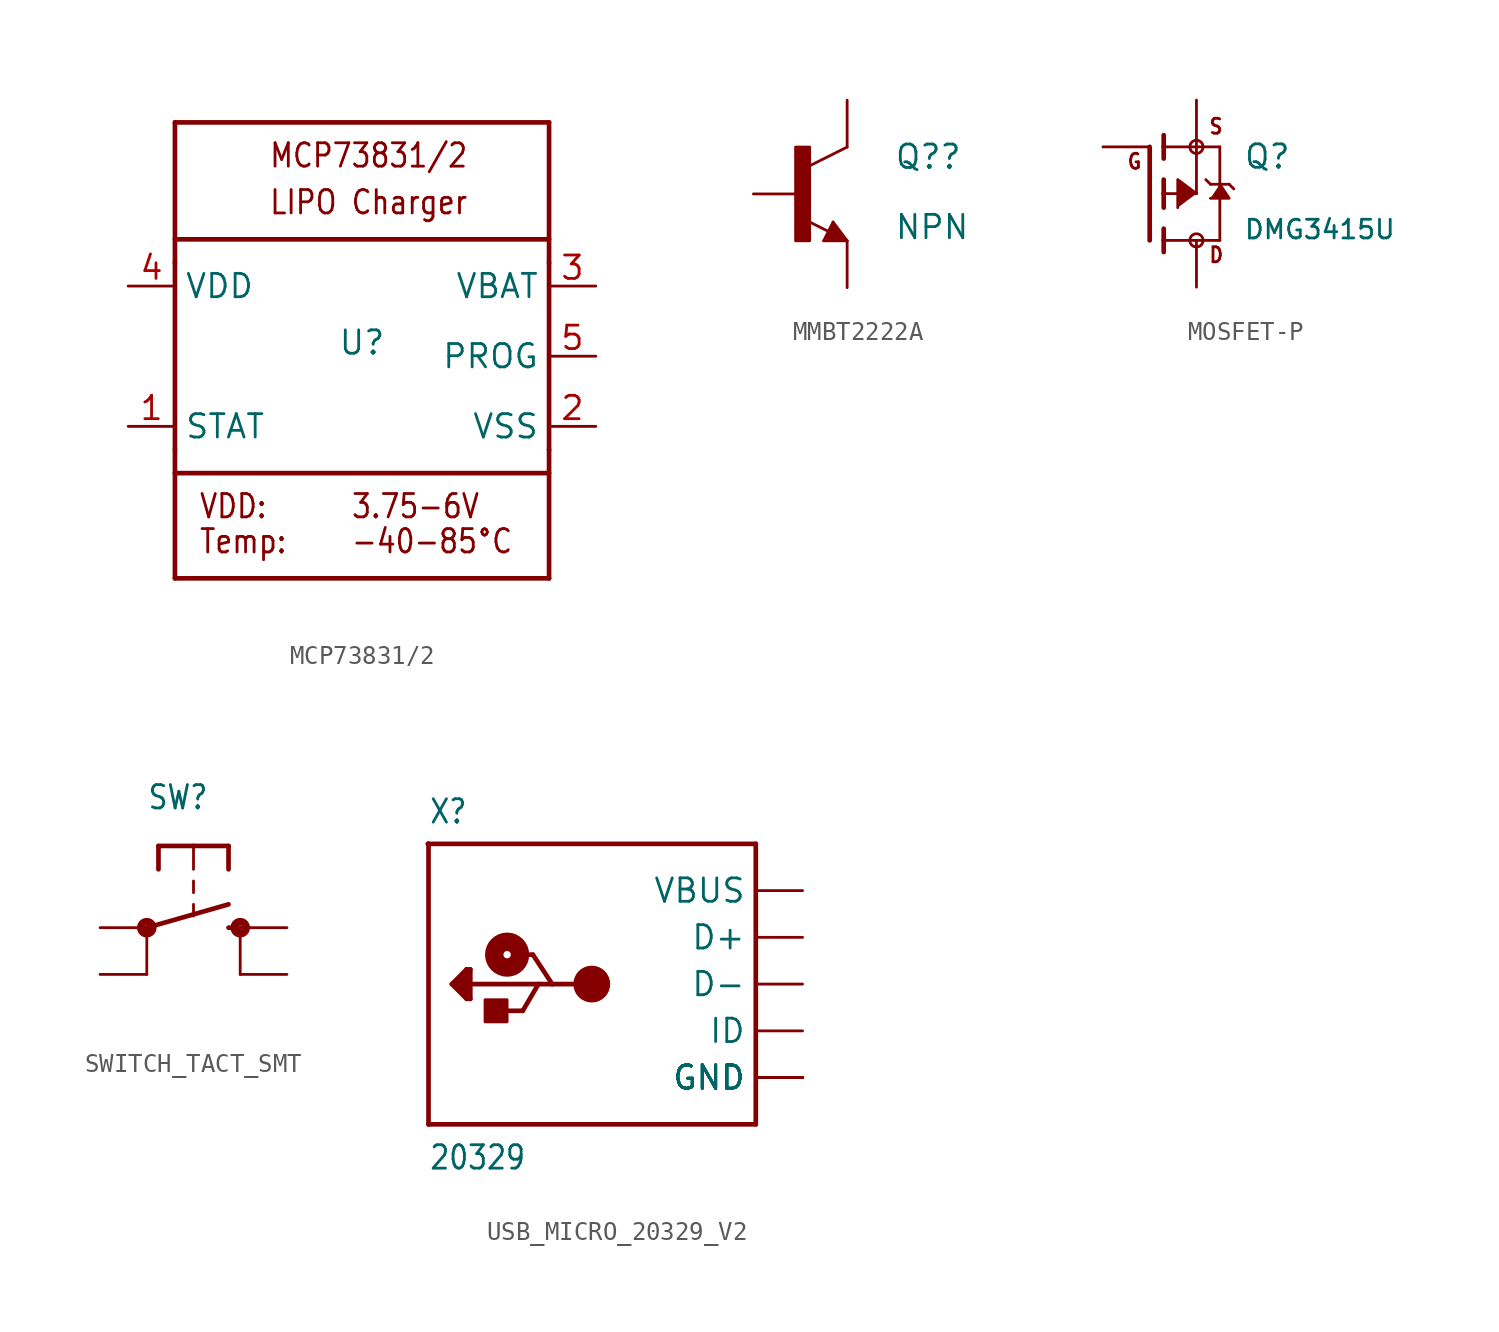
<source format=kicad_sym>
(kicad_symbol_lib
  (version 20220914)
  (generator kicad_symbol_editor)
  (symbol "MCP73831/2"
    (property "Reference" "U"
      (at 0 0 0)
      (effects (font (size 1.27 1.27)) (justify bottom)))
    (property "Value" ""
      (at -10.16 -12.7 0)
      (effects (font (size 1.27 1.079)) (justify left bottom)))
    (symbol "MCP73831/2_1_0"
      (polyline (pts (xy -10.16 -5.08) (xy -10.16 -12.065)) (stroke (width 0.254) (type solid)) (fill (type none)))
      (polyline (pts (xy -10.16 -5.08) (xy -10.16 5.08)) (stroke (width 0.254) (type solid)) (fill (type none)))
      (polyline (pts (xy -10.16 6.35) (xy 10.16 6.35)) (stroke (width 0.254) (type solid)) (fill (type none)))
      (polyline (pts (xy -10.16 12.7) (xy -10.16 5.08)) (stroke (width 0.254) (type solid)) (fill (type none)))
      (polyline (pts (xy -10.16 12.7) (xy 10.16 12.7)) (stroke (width 0.254) (type solid)) (fill (type none)))
      (polyline (pts (xy 10.16 -12.065) (xy -10.16 -12.065)) (stroke (width 0.254) (type solid)) (fill (type none)))
      (polyline (pts (xy 10.16 -6.35) (xy -10.16 -6.35)) (stroke (width 0.254) (type solid)) (fill (type none)))
      (polyline (pts (xy 10.16 -5.08) (xy 10.16 -12.065)) (stroke (width 0.254) (type solid)) (fill (type none)))
      (polyline (pts (xy 10.16 5.08) (xy 10.16 -5.08)) (stroke (width 0.254) (type solid)) (fill (type none)))
      (polyline (pts (xy 10.16 12.7) (xy 10.16 5.08)) (stroke (width 0.254) (type solid)) (fill (type none)))
      (text "-40-85°C" (at -0.635 -10.795 0) (effects (font (size 1.27 1.079)) (justify left bottom)))
      (text "3.75-6V" (at -0.635 -8.89 0) (effects (font (size 1.27 1.079)) (justify left bottom)))
      (text "LIPO Charger" (at -5.08 7.62 0) (effects (font (size 1.27 1.079)) (justify left bottom)))
      (text "MCP73831/2" (at -5.08 10.16 0) (effects (font (size 1.27 1.079)) (justify left bottom)))
      (text "Temp:" (at -8.89 -10.795 0) (effects (font (size 1.27 1.079)) (justify left bottom)))
      (text "VDD:" (at -8.89 -8.89 0) (effects (font (size 1.27 1.079)) (justify left bottom)))
      (pin output line (at -12.7 -3.81 0) (length 2.54) (name "STAT" (effects (font (size 1.27 1.27)))) (number "1" (effects (font (size 1.27 1.27)))))
      (pin power_in line (at 12.7 -3.81 180) (length 2.54) (name "VSS" (effects (font (size 1.27 1.27)))) (number "2" (effects (font (size 1.27 1.27)))))
      (pin power_in line (at 12.7 3.81 180) (length 2.54) (name "VBAT" (effects (font (size 1.27 1.27)))) (number "3" (effects (font (size 1.27 1.27)))))
      (pin power_in line (at -12.7 3.81 0) (length 2.54) (name "VDD" (effects (font (size 1.27 1.27)))) (number "4" (effects (font (size 1.27 1.27)))))
      (pin input line (at 12.7 0 180) (length 2.54) (name "PROG" (effects (font (size 1.27 1.27)))) (number "5" (effects (font (size 1.27 1.27)))))))
  (symbol "MMBT2222A"
    (property "Reference" "Q?"
      (at 5.08 1.27 0)
      (effects (font (size 1.27 1.27)) (justify left bottom)))
    (property "Value" "NPN"
      (at 5.08 -2.54 0)
      (effects (font (size 1.27 1.27)) (justify left bottom)))
    (symbol "MMBT2222A_1_0"
      (rectangle (start -0.254 -2.54) (end 0.508 2.54) (stroke (width 0) (type default)) (fill (type outline)))
      (polyline (pts (xy 1.27 -2.54) (xy 1.778 -1.524)) (stroke (width 0.152) (type solid)) (fill (type none)))
      (polyline (pts (xy 1.524 -2.413) (xy 2.286 -2.413)) (stroke (width 0.254) (type solid)) (fill (type none)))
      (polyline (pts (xy 1.524 -2.286) (xy 1.905 -2.286)) (stroke (width 0.254) (type solid)) (fill (type none)))
      (polyline (pts (xy 1.54 -2.04) (xy 0.308 -1.424)) (stroke (width 0.152) (type solid)) (fill (type none)))
      (polyline (pts (xy 1.778 -1.778) (xy 1.524 -2.286)) (stroke (width 0.254) (type solid)) (fill (type none)))
      (polyline (pts (xy 1.778 -1.524) (xy 2.54 -2.54)) (stroke (width 0.152) (type solid)) (fill (type none)))
      (polyline (pts (xy 1.905 -2.286) (xy 1.778 -2.032)) (stroke (width 0.254) (type solid)) (fill (type none)))
      (polyline (pts (xy 2.286 -2.413) (xy 1.778 -1.778)) (stroke (width 0.254) (type solid)) (fill (type none)))
      (polyline (pts (xy 2.54 -2.54) (xy 1.27 -2.54)) (stroke (width 0.152) (type solid)) (fill (type none)))
      (polyline (pts (xy 2.54 2.54) (xy 0.508 1.524)) (stroke (width 0.152) (type solid)) (fill (type none)))
      (pin passive line (at -2.54 0 0) (length 2.54) (name "B" (effects (font (size 0 0)))) (number "1" (effects (font (size 0 0)))))
      (pin passive line (at 2.54 -5.08 90) (length 2.54) (name "E" (effects (font (size 0 0)))) (number "2" (effects (font (size 0 0)))))
      (pin passive line (at 2.54 5.08 270) (length 2.54) (name "C" (effects (font (size 0 0)))) (number "3" (effects (font (size 0 0)))))))
  (symbol "MOSFET-P"
    (property "Reference" "Q"
      (at 2.54 1.27 0)
      (effects (font (size 1.27 1.27)) (justify left bottom)))
    (property "Value" "DMG3415U"
      (at 2.54 -2.54 0)
      (effects (font (size 1.016 1.016)) (justify left bottom)))
    (symbol "MOSFET-P_1_0"
      (circle (center 0 -2.54) (radius 0.359) (stroke (width 0) (type solid)) (fill (type none)))
      (polyline (pts (xy -2.54 -2.54) (xy -2.54 2.54)) (stroke (width 0.254) (type solid)) (fill (type none)))
      (polyline (pts (xy -1.778 -3.175) (xy -1.778 -2.54)) (stroke (width 0.254) (type solid)) (fill (type none)))
      (polyline (pts (xy -1.778 -2.54) (xy -1.778 -1.905)) (stroke (width 0.254) (type solid)) (fill (type none)))
      (polyline (pts (xy -1.778 -2.54) (xy 1.27 -2.54)) (stroke (width 0.152) (type solid)) (fill (type none)))
      (polyline (pts (xy -1.778 -0.762) (xy -1.778 0)) (stroke (width 0.254) (type solid)) (fill (type none)))
      (polyline (pts (xy -1.778 0) (xy -1.778 0.762)) (stroke (width 0.254) (type solid)) (fill (type none)))
      (polyline (pts (xy -1.778 0) (xy 0 0)) (stroke (width 0.152) (type solid)) (fill (type none)))
      (polyline (pts (xy -1.778 1.905) (xy -1.778 2.54)) (stroke (width 0.254) (type solid)) (fill (type none)))
      (polyline (pts (xy -1.778 2.54) (xy -1.778 3.175)) (stroke (width 0.254) (type solid)) (fill (type none)))
      (polyline (pts (xy 0 0) (xy 0 2.54)) (stroke (width 0.152) (type solid)) (fill (type none)))
      (polyline (pts (xy 0 2.54) (xy -1.778 2.54)) (stroke (width 0.152) (type solid)) (fill (type none)))
      (polyline (pts (xy 0 2.54) (xy 1.27 2.54)) (stroke (width 0.152) (type solid)) (fill (type none)))
      (polyline (pts (xy 0.508 0.762) (xy 0.762 0.508)) (stroke (width 0.152) (type solid)) (fill (type none)))
      (polyline (pts (xy 0.762 0.508) (xy 1.27 0.508)) (stroke (width 0.152) (type solid)) (fill (type none)))
      (polyline (pts (xy 1.27 -2.54) (xy 1.27 0.508)) (stroke (width 0.152) (type solid)) (fill (type none)))
      (polyline (pts (xy 1.27 0.508) (xy 1.27 2.54)) (stroke (width 0.152) (type solid)) (fill (type none)))
      (polyline (pts (xy 1.27 0.508) (xy 1.778 0.508)) (stroke (width 0.152) (type solid)) (fill (type none)))
      (polyline (pts (xy 1.778 0.508) (xy 2.032 0.254)) (stroke (width 0.152) (type solid)) (fill (type none)))
      (polyline (pts (xy 0 0) (xy -1.016 0.762) (xy -1.016 -0.762)) (stroke (width 0.152) (type solid)) (fill (type outline)))
      (polyline (pts (xy 1.27 0.508) (xy 1.778 -0.254) (xy 0.762 -0.254)) (stroke (width 0.152) (type solid)) (fill (type outline)))
      (circle (center 0 2.54) (radius 0.359) (stroke (width 0) (type solid)) (fill (type none)))
      (text "D" (at 0.635 -3.81 0) (effects (font (size 0.813 0.691)) (justify left bottom)))
      (text "G" (at -3.81 1.27 0) (effects (font (size 0.813 0.691)) (justify left bottom)))
      (text "S" (at 0.635 3.175 0) (effects (font (size 0.813 0.691)) (justify left bottom)))
      (pin passive line (at -5.08 2.54 0) (length 2.54) (name "G" (effects (font (size 0 0)))) (number "1" (effects (font (size 0 0)))))
      (pin passive line (at 0 5.08 270) (length 2.54) (name "S" (effects (font (size 0 0)))) (number "2" (effects (font (size 0 0)))))
      (pin passive line (at 0 -5.08 90) (length 2.54) (name "D" (effects (font (size 0 0)))) (number "3" (effects (font (size 0 0)))))))
  (symbol "SWITCH_TACT_SMT"
    (property "Reference" "SW"
      (at -2.54 6.35 0)
      (effects (font (size 1.27 1.079)) (justify left bottom)))
    (property "Value" ""
      (at -2.54 -5.08 0)
      (effects (font (size 1.27 1.079)) (justify left bottom)))
    (symbol "SWITCH_TACT_SMT_1_0"
      (circle (center -2.54 0) (radius 0.127) (stroke (width 0.406) (type solid)) (fill (type none)))
      (polyline (pts (xy -2.54 -2.54) (xy -2.54 0)) (stroke (width 0.152) (type solid)) (fill (type none)))
      (polyline (pts (xy -2.54 0) (xy 1.905 1.27)) (stroke (width 0.254) (type solid)) (fill (type none)))
      (polyline (pts (xy -1.905 4.445) (xy -1.905 3.175)) (stroke (width 0.254) (type solid)) (fill (type none)))
      (polyline (pts (xy 0 1.27) (xy 0 0.635)) (stroke (width 0.152) (type solid)) (fill (type none)))
      (polyline (pts (xy 0 2.54) (xy 0 1.905)) (stroke (width 0.152) (type solid)) (fill (type none)))
      (polyline (pts (xy 0 4.445) (xy -1.905 4.445)) (stroke (width 0.254) (type solid)) (fill (type none)))
      (polyline (pts (xy 0 4.445) (xy 0 3.175)) (stroke (width 0.152) (type solid)) (fill (type none)))
      (polyline (pts (xy 1.905 0) (xy 2.54 0)) (stroke (width 0.254) (type solid)) (fill (type none)))
      (polyline (pts (xy 1.905 4.445) (xy 0 4.445)) (stroke (width 0.254) (type solid)) (fill (type none)))
      (polyline (pts (xy 1.905 4.445) (xy 1.905 3.175)) (stroke (width 0.254) (type solid)) (fill (type none)))
      (polyline (pts (xy 2.54 -2.54) (xy 2.54 0)) (stroke (width 0.152) (type solid)) (fill (type none)))
      (circle (center 2.54 0) (radius 0.127) (stroke (width 0.406) (type solid)) (fill (type none)))
      (pin passive line (at -5.08 0 0) (length 2.54) (name "P" (effects (font (size 0 0)))) (number "1" (effects (font (size 0 0)))))
      (pin passive line (at -5.08 -2.54 0) (length 2.54) (name "P1" (effects (font (size 0 0)))) (number "1" (effects (font (size 0 0)))))
      (pin passive line (at 5.08 0 180) (length 2.54) (name "S" (effects (font (size 0 0)))) (number "2" (effects (font (size 0 0)))))
      (pin passive line (at 5.08 -2.54 180) (length 2.54) (name "S1" (effects (font (size 0 0)))) (number "2" (effects (font (size 0 0)))))))
  (symbol "USB_MICRO_20329_V2"
    (property "Reference" "X"
      (at -10.16 8.636 0)
      (effects (font (size 1.27 1.079)) (justify left bottom)))
    (property "Value" "20329"
      (at -10.16 -10.16 0)
      (effects (font (size 1.27 1.079)) (justify left bottom)))
    (symbol "USB_MICRO_20329_V2_1_0"
      (rectangle (start -7.09 -2.05) (end -5.89 -0.85) (stroke (width 0) (type default)) (fill (type outline)))
      (circle (center -5.89 1.6) (radius 0.2) (stroke (width 1) (type solid)) (fill (type none)))
      (circle (center -1.29 0) (radius 0.5) (stroke (width 1) (type solid)) (fill (type none)))
      (polyline (pts (xy -10.2 7.62) (xy -10.16 7.62)) (stroke (width 0.254) (type solid)) (fill (type none)))
      (polyline (pts (xy -10.16 -7.62) (xy 7.62 -7.62)) (stroke (width 0.254) (type solid)) (fill (type none)))
      (polyline (pts (xy -10.16 7.62) (xy -10.16 -7.62)) (stroke (width 0.254) (type solid)) (fill (type none)))
      (polyline (pts (xy -10.16 7.62) (xy 7.62 7.62)) (stroke (width 0.254) (type solid)) (fill (type none)))
      (polyline (pts (xy -8.89 0) (xy -8.09 0.8)) (stroke (width 0.254) (type solid)) (fill (type none)))
      (polyline (pts (xy -8.49 -0.2) (xy -8.29 -0.4)) (stroke (width 0.254) (type solid)) (fill (type none)))
      (polyline (pts (xy -8.49 0) (xy -8.49 -0.2)) (stroke (width 0.254) (type solid)) (fill (type none)))
      (polyline (pts (xy -8.29 -0.4) (xy -8.29 0.4)) (stroke (width 0.254) (type solid)) (fill (type none)))
      (polyline (pts (xy -8.29 0.4) (xy -8.69 0)) (stroke (width 0.254) (type solid)) (fill (type none)))
      (polyline (pts (xy -8.09 -0.8) (xy -8.89 0)) (stroke (width 0.254) (type solid)) (fill (type none)))
      (polyline (pts (xy -8.09 -0.6) (xy -8.09 0.8)) (stroke (width 0.254) (type solid)) (fill (type none)))
      (polyline (pts (xy -8.09 0.8) (xy -7.89 0.8)) (stroke (width 0.254) (type solid)) (fill (type none)))
      (polyline (pts (xy -7.89 -0.8) (xy -8.09 -0.8)) (stroke (width 0.254) (type solid)) (fill (type none)))
      (polyline (pts (xy -7.89 0) (xy -7.89 -0.8)) (stroke (width 0.254) (type solid)) (fill (type none)))
      (polyline (pts (xy -7.89 0.8) (xy -7.89 0)) (stroke (width 0.254) (type solid)) (fill (type none)))
      (polyline (pts (xy -6.24 -1.45) (xy -5.04 -1.45)) (stroke (width 0.254) (type solid)) (fill (type none)))
      (polyline (pts (xy -5.49 1.6) (xy -4.49 1.6)) (stroke (width 0.254) (type solid)) (fill (type none)))
      (polyline (pts (xy -5.04 -1.45) (xy -4.19 0)) (stroke (width 0.254) (type solid)) (fill (type none)))
      (polyline (pts (xy -4.49 1.6) (xy -3.44 0)) (stroke (width 0.254) (type solid)) (fill (type none)))
      (polyline (pts (xy -4.19 0) (xy -7.89 0)) (stroke (width 0.254) (type solid)) (fill (type none)))
      (polyline (pts (xy -3.44 0) (xy -4.19 0)) (stroke (width 0.254) (type solid)) (fill (type none)))
      (polyline (pts (xy -1.29 0) (xy -3.44 0)) (stroke (width 0.254) (type solid)) (fill (type none)))
      (polyline (pts (xy 7.62 7.62) (xy 7.62 -7.62)) (stroke (width 0.254) (type solid)) (fill (type none)))
      (pin power_in line (at 10.16 -5.08 180) (length 2.54) (name "GND" (effects (font (size 1.27 1.27)))) (number "BASE@1" (effects (font (size 0 0)))))
      (pin power_in line (at 10.16 -5.08 180) (length 2.54) (name "GND" (effects (font (size 1.27 1.27)))) (number "BASE@2" (effects (font (size 0 0)))))
      (pin bidirectional line (at 10.16 2.54 180) (length 2.54) (name "D+" (effects (font (size 1.27 1.27)))) (number "D+" (effects (font (size 0 0)))))
      (pin bidirectional line (at 10.16 0 180) (length 2.54) (name "D-" (effects (font (size 1.27 1.27)))) (number "D-" (effects (font (size 0 0)))))
      (pin power_in line (at 10.16 -5.08 180) (length 2.54) (name "GND" (effects (font (size 1.27 1.27)))) (number "GND" (effects (font (size 0 0)))))
      (pin bidirectional line (at 10.16 -2.54 180) (length 2.54) (name "ID" (effects (font (size 1.27 1.27)))) (number "ID" (effects (font (size 0 0)))))
      (pin power_in line (at 10.16 -5.08 180) (length 2.54) (name "GND" (effects (font (size 1.27 1.27)))) (number "SPRT@1" (effects (font (size 0 0)))))
      (pin power_in line (at 10.16 -5.08 180) (length 2.54) (name "GND" (effects (font (size 1.27 1.27)))) (number "SPRT@2" (effects (font (size 0 0)))))
      (pin power_in line (at 10.16 -5.08 180) (length 2.54) (name "GND" (effects (font (size 1.27 1.27)))) (number "SPRT@3" (effects (font (size 0 0)))))
      (pin power_in line (at 10.16 -5.08 180) (length 2.54) (name "GND" (effects (font (size 1.27 1.27)))) (number "SPRT@4" (effects (font (size 0 0)))))
      (pin power_in line (at 10.16 5.08 180) (length 2.54) (name "VBUS" (effects (font (size 1.27 1.27)))) (number "VBUS" (effects (font (size 0 0))))))))
</source>
